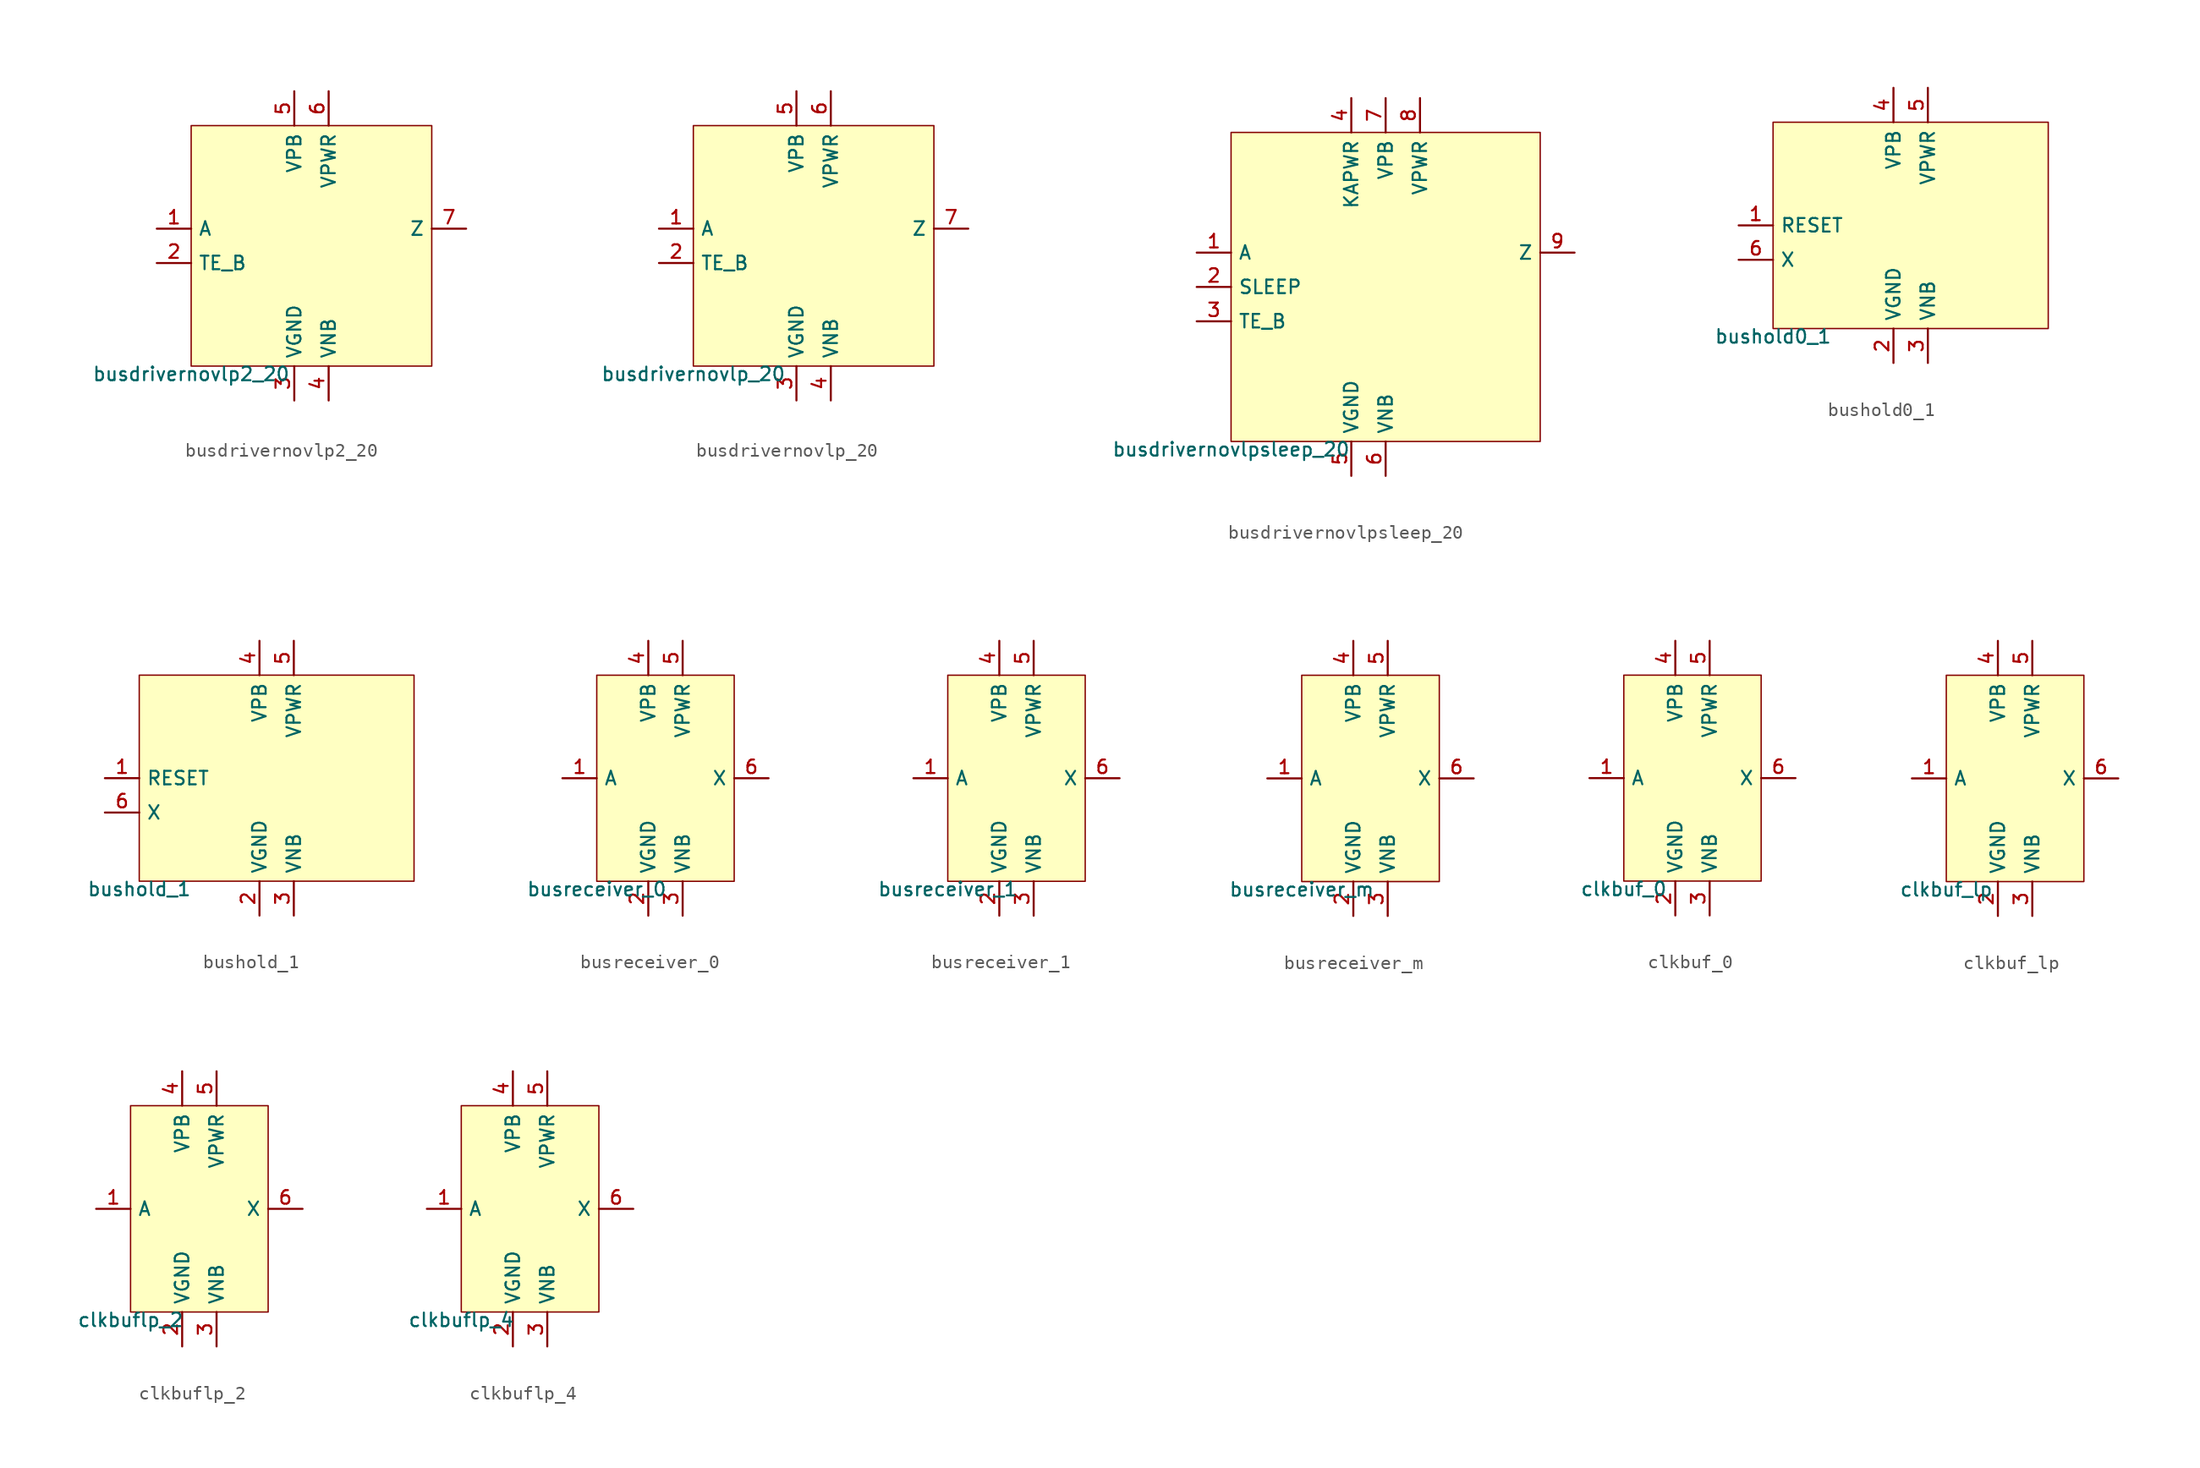
<source format=kicad_sym>
(kicad_symbol_lib
  (version 20211014)
  (generator pdk2kicad)
  (symbol "busdrivernovlp2_20"
    (property "Reference" "X"
      (at 0 0 0)
      (effects (font (size 1 1)) hide))
    (property "Value" "busdrivernovlp2_20"
      (at -8.89 -8.89 0)
      (effects (font (size 1 1)) (justify top)))
    (rectangle
      (start -8.89 -8.89)
      (end 8.89 8.89)
      (stroke (width 0.1) (type solid) (color 0 0 0 0))
      (fill (type background)))
    (pin input line
      (at -11.43 1.27 0)
      (length 2.54)
      (name "A" (effects (font (size 1 1)) hide))
      (number "1" (effects (font (size 1 1)) hide)))
    (pin input line
      (at -11.43 -1.27 0)
      (length 2.54)
      (name "TE_B" (effects (font (size 1 1)) hide))
      (number "2" (effects (font (size 1 1)) hide)))
    (pin power_in line
      (at -1.27 -11.43 90)
      (length 2.54)
      (name "VGND" (effects (font (size 1 1)) hide))
      (number "3" (effects (font (size 1 1)) hide)))
    (pin power_in line
      (at 1.27 -11.43 90)
      (length 2.54)
      (name "VNB" (effects (font (size 1 1)) hide))
      (number "4" (effects (font (size 1 1)) hide)))
    (pin power_in line
      (at -1.27 11.43 270)
      (length 2.54)
      (name "VPB" (effects (font (size 1 1)) hide))
      (number "5" (effects (font (size 1 1)) hide)))
    (pin power_in line
      (at 1.27 11.43 270)
      (length 2.54)
      (name "VPWR" (effects (font (size 1 1)) hide))
      (number "6" (effects (font (size 1 1)) hide)))
    (pin output line
      (at 11.43 1.27 180)
      (length 2.54)
      (name "Z" (effects (font (size 1 1)) hide))
      (number "7" (effects (font (size 1 1)) hide))))
  (symbol "busdrivernovlp_20"
    (property "Reference" "X"
      (at 0 0 0)
      (effects (font (size 1 1)) hide))
    (property "Value" "busdrivernovlp_20"
      (at -8.89 -8.89 0)
      (effects (font (size 1 1)) (justify top)))
    (rectangle
      (start -8.89 -8.89)
      (end 8.89 8.89)
      (stroke (width 0.1) (type solid) (color 0 0 0 0))
      (fill (type background)))
    (pin input line
      (at -11.43 1.27 0)
      (length 2.54)
      (name "A" (effects (font (size 1 1)) hide))
      (number "1" (effects (font (size 1 1)) hide)))
    (pin input line
      (at -11.43 -1.27 0)
      (length 2.54)
      (name "TE_B" (effects (font (size 1 1)) hide))
      (number "2" (effects (font (size 1 1)) hide)))
    (pin power_in line
      (at -1.27 -11.43 90)
      (length 2.54)
      (name "VGND" (effects (font (size 1 1)) hide))
      (number "3" (effects (font (size 1 1)) hide)))
    (pin power_in line
      (at 1.27 -11.43 90)
      (length 2.54)
      (name "VNB" (effects (font (size 1 1)) hide))
      (number "4" (effects (font (size 1 1)) hide)))
    (pin power_in line
      (at -1.27 11.43 270)
      (length 2.54)
      (name "VPB" (effects (font (size 1 1)) hide))
      (number "5" (effects (font (size 1 1)) hide)))
    (pin power_in line
      (at 1.27 11.43 270)
      (length 2.54)
      (name "VPWR" (effects (font (size 1 1)) hide))
      (number "6" (effects (font (size 1 1)) hide)))
    (pin output line
      (at 11.43 1.27 180)
      (length 2.54)
      (name "Z" (effects (font (size 1 1)) hide))
      (number "7" (effects (font (size 1 1)) hide))))
  (symbol "busdrivernovlpsleep_20"
    (property "Reference" "X"
      (at 0 0 0)
      (effects (font (size 1 1)) hide))
    (property "Value" "busdrivernovlpsleep_20"
      (at -11.43 -11.43 0)
      (effects (font (size 1 1)) (justify top)))
    (rectangle
      (start -11.43 -11.43)
      (end 11.43 11.43)
      (stroke (width 0.1) (type solid) (color 0 0 0 0))
      (fill (type background)))
    (pin input line
      (at -13.97 2.54 0)
      (length 2.54)
      (name "A" (effects (font (size 1 1)) hide))
      (number "1" (effects (font (size 1 1)) hide)))
    (pin input line
      (at -13.97 0.0 0)
      (length 2.54)
      (name "SLEEP" (effects (font (size 1 1)) hide))
      (number "2" (effects (font (size 1 1)) hide)))
    (pin input line
      (at -13.97 -2.54 0)
      (length 2.54)
      (name "TE_B" (effects (font (size 1 1)) hide))
      (number "3" (effects (font (size 1 1)) hide)))
    (pin power_in line
      (at -2.54 13.97 270)
      (length 2.54)
      (name "KAPWR" (effects (font (size 1 1)) hide))
      (number "4" (effects (font (size 1 1)) hide)))
    (pin power_in line
      (at -2.54 -13.97 90)
      (length 2.54)
      (name "VGND" (effects (font (size 1 1)) hide))
      (number "5" (effects (font (size 1 1)) hide)))
    (pin power_in line
      (at 0.0 -13.97 90)
      (length 2.54)
      (name "VNB" (effects (font (size 1 1)) hide))
      (number "6" (effects (font (size 1 1)) hide)))
    (pin power_in line
      (at 0.0 13.97 270)
      (length 2.54)
      (name "VPB" (effects (font (size 1 1)) hide))
      (number "7" (effects (font (size 1 1)) hide)))
    (pin power_in line
      (at 2.54 13.97 270)
      (length 2.54)
      (name "VPWR" (effects (font (size 1 1)) hide))
      (number "8" (effects (font (size 1 1)) hide)))
    (pin output line
      (at 13.97 2.54 180)
      (length 2.54)
      (name "Z" (effects (font (size 1 1)) hide))
      (number "9" (effects (font (size 1 1)) hide))))
  (symbol "bushold0_1"
    (property "Reference" "X"
      (at 0 0 0)
      (effects (font (size 1 1)) hide))
    (property "Value" "bushold0_1"
      (at -10.16 -7.62 0)
      (effects (font (size 1 1)) (justify top)))
    (rectangle
      (start -10.16 -7.62)
      (end 10.16 7.62)
      (stroke (width 0.1) (type solid) (color 0 0 0 0))
      (fill (type background)))
    (pin input line
      (at -12.7 0.0 0)
      (length 2.54)
      (name "RESET" (effects (font (size 1 1)) hide))
      (number "1" (effects (font (size 1 1)) hide)))
    (pin power_in line
      (at -1.27 -10.16 90)
      (length 2.54)
      (name "VGND" (effects (font (size 1 1)) hide))
      (number "2" (effects (font (size 1 1)) hide)))
    (pin power_in line
      (at 1.27 -10.16 90)
      (length 2.54)
      (name "VNB" (effects (font (size 1 1)) hide))
      (number "3" (effects (font (size 1 1)) hide)))
    (pin power_in line
      (at -1.27 10.16 270)
      (length 2.54)
      (name "VPB" (effects (font (size 1 1)) hide))
      (number "4" (effects (font (size 1 1)) hide)))
    (pin power_in line
      (at 1.27 10.16 270)
      (length 2.54)
      (name "VPWR" (effects (font (size 1 1)) hide))
      (number "5" (effects (font (size 1 1)) hide)))
    (pin bidirectional line
      (at -12.7 -2.54 0)
      (length 2.54)
      (name "X" (effects (font (size 1 1)) hide))
      (number "6" (effects (font (size 1 1)) hide))))
  (symbol "bushold_1"
    (property "Reference" "X"
      (at 0 0 0)
      (effects (font (size 1 1)) hide))
    (property "Value" "bushold_1"
      (at -10.16 -7.62 0)
      (effects (font (size 1 1)) (justify top)))
    (rectangle
      (start -10.16 -7.62)
      (end 10.16 7.62)
      (stroke (width 0.1) (type solid) (color 0 0 0 0))
      (fill (type background)))
    (pin input line
      (at -12.7 0.0 0)
      (length 2.54)
      (name "RESET" (effects (font (size 1 1)) hide))
      (number "1" (effects (font (size 1 1)) hide)))
    (pin power_in line
      (at -1.27 -10.16 90)
      (length 2.54)
      (name "VGND" (effects (font (size 1 1)) hide))
      (number "2" (effects (font (size 1 1)) hide)))
    (pin power_in line
      (at 1.27 -10.16 90)
      (length 2.54)
      (name "VNB" (effects (font (size 1 1)) hide))
      (number "3" (effects (font (size 1 1)) hide)))
    (pin power_in line
      (at -1.27 10.16 270)
      (length 2.54)
      (name "VPB" (effects (font (size 1 1)) hide))
      (number "4" (effects (font (size 1 1)) hide)))
    (pin power_in line
      (at 1.27 10.16 270)
      (length 2.54)
      (name "VPWR" (effects (font (size 1 1)) hide))
      (number "5" (effects (font (size 1 1)) hide)))
    (pin bidirectional line
      (at -12.7 -2.54 0)
      (length 2.54)
      (name "X" (effects (font (size 1 1)) hide))
      (number "6" (effects (font (size 1 1)) hide))))
  (symbol "busreceiver_0"
    (property "Reference" "X"
      (at 0 0 0)
      (effects (font (size 1 1)) hide))
    (property "Value" "busreceiver_0"
      (at -5.08 -7.62 0)
      (effects (font (size 1 1)) (justify top)))
    (rectangle
      (start -5.08 -7.62)
      (end 5.08 7.62)
      (stroke (width 0.1) (type solid) (color 0 0 0 0))
      (fill (type background)))
    (pin input line
      (at -7.62 0.0 0)
      (length 2.54)
      (name "A" (effects (font (size 1 1)) hide))
      (number "1" (effects (font (size 1 1)) hide)))
    (pin power_in line
      (at -1.27 -10.16 90)
      (length 2.54)
      (name "VGND" (effects (font (size 1 1)) hide))
      (number "2" (effects (font (size 1 1)) hide)))
    (pin power_in line
      (at 1.27 -10.16 90)
      (length 2.54)
      (name "VNB" (effects (font (size 1 1)) hide))
      (number "3" (effects (font (size 1 1)) hide)))
    (pin power_in line
      (at -1.27 10.16 270)
      (length 2.54)
      (name "VPB" (effects (font (size 1 1)) hide))
      (number "4" (effects (font (size 1 1)) hide)))
    (pin power_in line
      (at 1.27 10.16 270)
      (length 2.54)
      (name "VPWR" (effects (font (size 1 1)) hide))
      (number "5" (effects (font (size 1 1)) hide)))
    (pin output line
      (at 7.62 0.0 180)
      (length 2.54)
      (name "X" (effects (font (size 1 1)) hide))
      (number "6" (effects (font (size 1 1)) hide))))
  (symbol "busreceiver_1"
    (property "Reference" "X"
      (at 0 0 0)
      (effects (font (size 1 1)) hide))
    (property "Value" "busreceiver_1"
      (at -5.08 -7.62 0)
      (effects (font (size 1 1)) (justify top)))
    (rectangle
      (start -5.08 -7.62)
      (end 5.08 7.62)
      (stroke (width 0.1) (type solid) (color 0 0 0 0))
      (fill (type background)))
    (pin input line
      (at -7.62 0.0 0)
      (length 2.54)
      (name "A" (effects (font (size 1 1)) hide))
      (number "1" (effects (font (size 1 1)) hide)))
    (pin power_in line
      (at -1.27 -10.16 90)
      (length 2.54)
      (name "VGND" (effects (font (size 1 1)) hide))
      (number "2" (effects (font (size 1 1)) hide)))
    (pin power_in line
      (at 1.27 -10.16 90)
      (length 2.54)
      (name "VNB" (effects (font (size 1 1)) hide))
      (number "3" (effects (font (size 1 1)) hide)))
    (pin power_in line
      (at -1.27 10.16 270)
      (length 2.54)
      (name "VPB" (effects (font (size 1 1)) hide))
      (number "4" (effects (font (size 1 1)) hide)))
    (pin power_in line
      (at 1.27 10.16 270)
      (length 2.54)
      (name "VPWR" (effects (font (size 1 1)) hide))
      (number "5" (effects (font (size 1 1)) hide)))
    (pin output line
      (at 7.62 0.0 180)
      (length 2.54)
      (name "X" (effects (font (size 1 1)) hide))
      (number "6" (effects (font (size 1 1)) hide))))
  (symbol "busreceiver_m"
    (property "Reference" "X"
      (at 0 0 0)
      (effects (font (size 1 1)) hide))
    (property "Value" "busreceiver_m"
      (at -5.08 -7.62 0)
      (effects (font (size 1 1)) (justify top)))
    (rectangle
      (start -5.08 -7.62)
      (end 5.08 7.62)
      (stroke (width 0.1) (type solid) (color 0 0 0 0))
      (fill (type background)))
    (pin input line
      (at -7.62 0.0 0)
      (length 2.54)
      (name "A" (effects (font (size 1 1)) hide))
      (number "1" (effects (font (size 1 1)) hide)))
    (pin power_in line
      (at -1.27 -10.16 90)
      (length 2.54)
      (name "VGND" (effects (font (size 1 1)) hide))
      (number "2" (effects (font (size 1 1)) hide)))
    (pin power_in line
      (at 1.27 -10.16 90)
      (length 2.54)
      (name "VNB" (effects (font (size 1 1)) hide))
      (number "3" (effects (font (size 1 1)) hide)))
    (pin power_in line
      (at -1.27 10.16 270)
      (length 2.54)
      (name "VPB" (effects (font (size 1 1)) hide))
      (number "4" (effects (font (size 1 1)) hide)))
    (pin power_in line
      (at 1.27 10.16 270)
      (length 2.54)
      (name "VPWR" (effects (font (size 1 1)) hide))
      (number "5" (effects (font (size 1 1)) hide)))
    (pin output line
      (at 7.62 0.0 180)
      (length 2.54)
      (name "X" (effects (font (size 1 1)) hide))
      (number "6" (effects (font (size 1 1)) hide))))
  (symbol "clkbuf_0"
    (property "Reference" "X"
      (at 0 0 0)
      (effects (font (size 1 1)) hide))
    (property "Value" "clkbuf_0"
      (at -5.08 -7.62 0)
      (effects (font (size 1 1)) (justify top)))
    (rectangle
      (start -5.08 -7.62)
      (end 5.08 7.62)
      (stroke (width 0.1) (type solid) (color 0 0 0 0))
      (fill (type background)))
    (pin input line
      (at -7.62 0.0 0)
      (length 2.54)
      (name "A" (effects (font (size 1 1)) hide))
      (number "1" (effects (font (size 1 1)) hide)))
    (pin power_in line
      (at -1.27 -10.16 90)
      (length 2.54)
      (name "VGND" (effects (font (size 1 1)) hide))
      (number "2" (effects (font (size 1 1)) hide)))
    (pin power_in line
      (at 1.27 -10.16 90)
      (length 2.54)
      (name "VNB" (effects (font (size 1 1)) hide))
      (number "3" (effects (font (size 1 1)) hide)))
    (pin power_in line
      (at -1.27 10.16 270)
      (length 2.54)
      (name "VPB" (effects (font (size 1 1)) hide))
      (number "4" (effects (font (size 1 1)) hide)))
    (pin power_in line
      (at 1.27 10.16 270)
      (length 2.54)
      (name "VPWR" (effects (font (size 1 1)) hide))
      (number "5" (effects (font (size 1 1)) hide)))
    (pin output line
      (at 7.62 0.0 180)
      (length 2.54)
      (name "X" (effects (font (size 1 1)) hide))
      (number "6" (effects (font (size 1 1)) hide))))
  (symbol "clkbuf_lp"
    (property "Reference" "X"
      (at 0 0 0)
      (effects (font (size 1 1)) hide))
    (property "Value" "clkbuf_lp"
      (at -5.08 -7.62 0)
      (effects (font (size 1 1)) (justify top)))
    (rectangle
      (start -5.08 -7.62)
      (end 5.08 7.62)
      (stroke (width 0.1) (type solid) (color 0 0 0 0))
      (fill (type background)))
    (pin input line
      (at -7.62 0.0 0)
      (length 2.54)
      (name "A" (effects (font (size 1 1)) hide))
      (number "1" (effects (font (size 1 1)) hide)))
    (pin power_in line
      (at -1.27 -10.16 90)
      (length 2.54)
      (name "VGND" (effects (font (size 1 1)) hide))
      (number "2" (effects (font (size 1 1)) hide)))
    (pin power_in line
      (at 1.27 -10.16 90)
      (length 2.54)
      (name "VNB" (effects (font (size 1 1)) hide))
      (number "3" (effects (font (size 1 1)) hide)))
    (pin power_in line
      (at -1.27 10.16 270)
      (length 2.54)
      (name "VPB" (effects (font (size 1 1)) hide))
      (number "4" (effects (font (size 1 1)) hide)))
    (pin power_in line
      (at 1.27 10.16 270)
      (length 2.54)
      (name "VPWR" (effects (font (size 1 1)) hide))
      (number "5" (effects (font (size 1 1)) hide)))
    (pin output line
      (at 7.62 0.0 180)
      (length 2.54)
      (name "X" (effects (font (size 1 1)) hide))
      (number "6" (effects (font (size 1 1)) hide))))
  (symbol "clkbuflp_2"
    (property "Reference" "X"
      (at 0 0 0)
      (effects (font (size 1 1)) hide))
    (property "Value" "clkbuflp_2"
      (at -5.08 -7.62 0)
      (effects (font (size 1 1)) (justify top)))
    (rectangle
      (start -5.08 -7.62)
      (end 5.08 7.62)
      (stroke (width 0.1) (type solid) (color 0 0 0 0))
      (fill (type background)))
    (pin input line
      (at -7.62 0.0 0)
      (length 2.54)
      (name "A" (effects (font (size 1 1)) hide))
      (number "1" (effects (font (size 1 1)) hide)))
    (pin power_in line
      (at -1.27 -10.16 90)
      (length 2.54)
      (name "VGND" (effects (font (size 1 1)) hide))
      (number "2" (effects (font (size 1 1)) hide)))
    (pin power_in line
      (at 1.27 -10.16 90)
      (length 2.54)
      (name "VNB" (effects (font (size 1 1)) hide))
      (number "3" (effects (font (size 1 1)) hide)))
    (pin power_in line
      (at -1.27 10.16 270)
      (length 2.54)
      (name "VPB" (effects (font (size 1 1)) hide))
      (number "4" (effects (font (size 1 1)) hide)))
    (pin power_in line
      (at 1.27 10.16 270)
      (length 2.54)
      (name "VPWR" (effects (font (size 1 1)) hide))
      (number "5" (effects (font (size 1 1)) hide)))
    (pin output line
      (at 7.62 0.0 180)
      (length 2.54)
      (name "X" (effects (font (size 1 1)) hide))
      (number "6" (effects (font (size 1 1)) hide))))
  (symbol "clkbuflp_4"
    (property "Reference" "X"
      (at 0 0 0)
      (effects (font (size 1 1)) hide))
    (property "Value" "clkbuflp_4"
      (at -5.08 -7.62 0)
      (effects (font (size 1 1)) (justify top)))
    (rectangle
      (start -5.08 -7.62)
      (end 5.08 7.62)
      (stroke (width 0.1) (type solid) (color 0 0 0 0))
      (fill (type background)))
    (pin input line
      (at -7.62 0.0 0)
      (length 2.54)
      (name "A" (effects (font (size 1 1)) hide))
      (number "1" (effects (font (size 1 1)) hide)))
    (pin power_in line
      (at -1.27 -10.16 90)
      (length 2.54)
      (name "VGND" (effects (font (size 1 1)) hide))
      (number "2" (effects (font (size 1 1)) hide)))
    (pin power_in line
      (at 1.27 -10.16 90)
      (length 2.54)
      (name "VNB" (effects (font (size 1 1)) hide))
      (number "3" (effects (font (size 1 1)) hide)))
    (pin power_in line
      (at -1.27 10.16 270)
      (length 2.54)
      (name "VPB" (effects (font (size 1 1)) hide))
      (number "4" (effects (font (size 1 1)) hide)))
    (pin power_in line
      (at 1.27 10.16 270)
      (length 2.54)
      (name "VPWR" (effects (font (size 1 1)) hide))
      (number "5" (effects (font (size 1 1)) hide)))
    (pin output line
      (at 7.62 0.0 180)
      (length 2.54)
      (name "X" (effects (font (size 1 1)) hide))
      (number "6" (effects (font (size 1 1)) hide)))))
</source>
